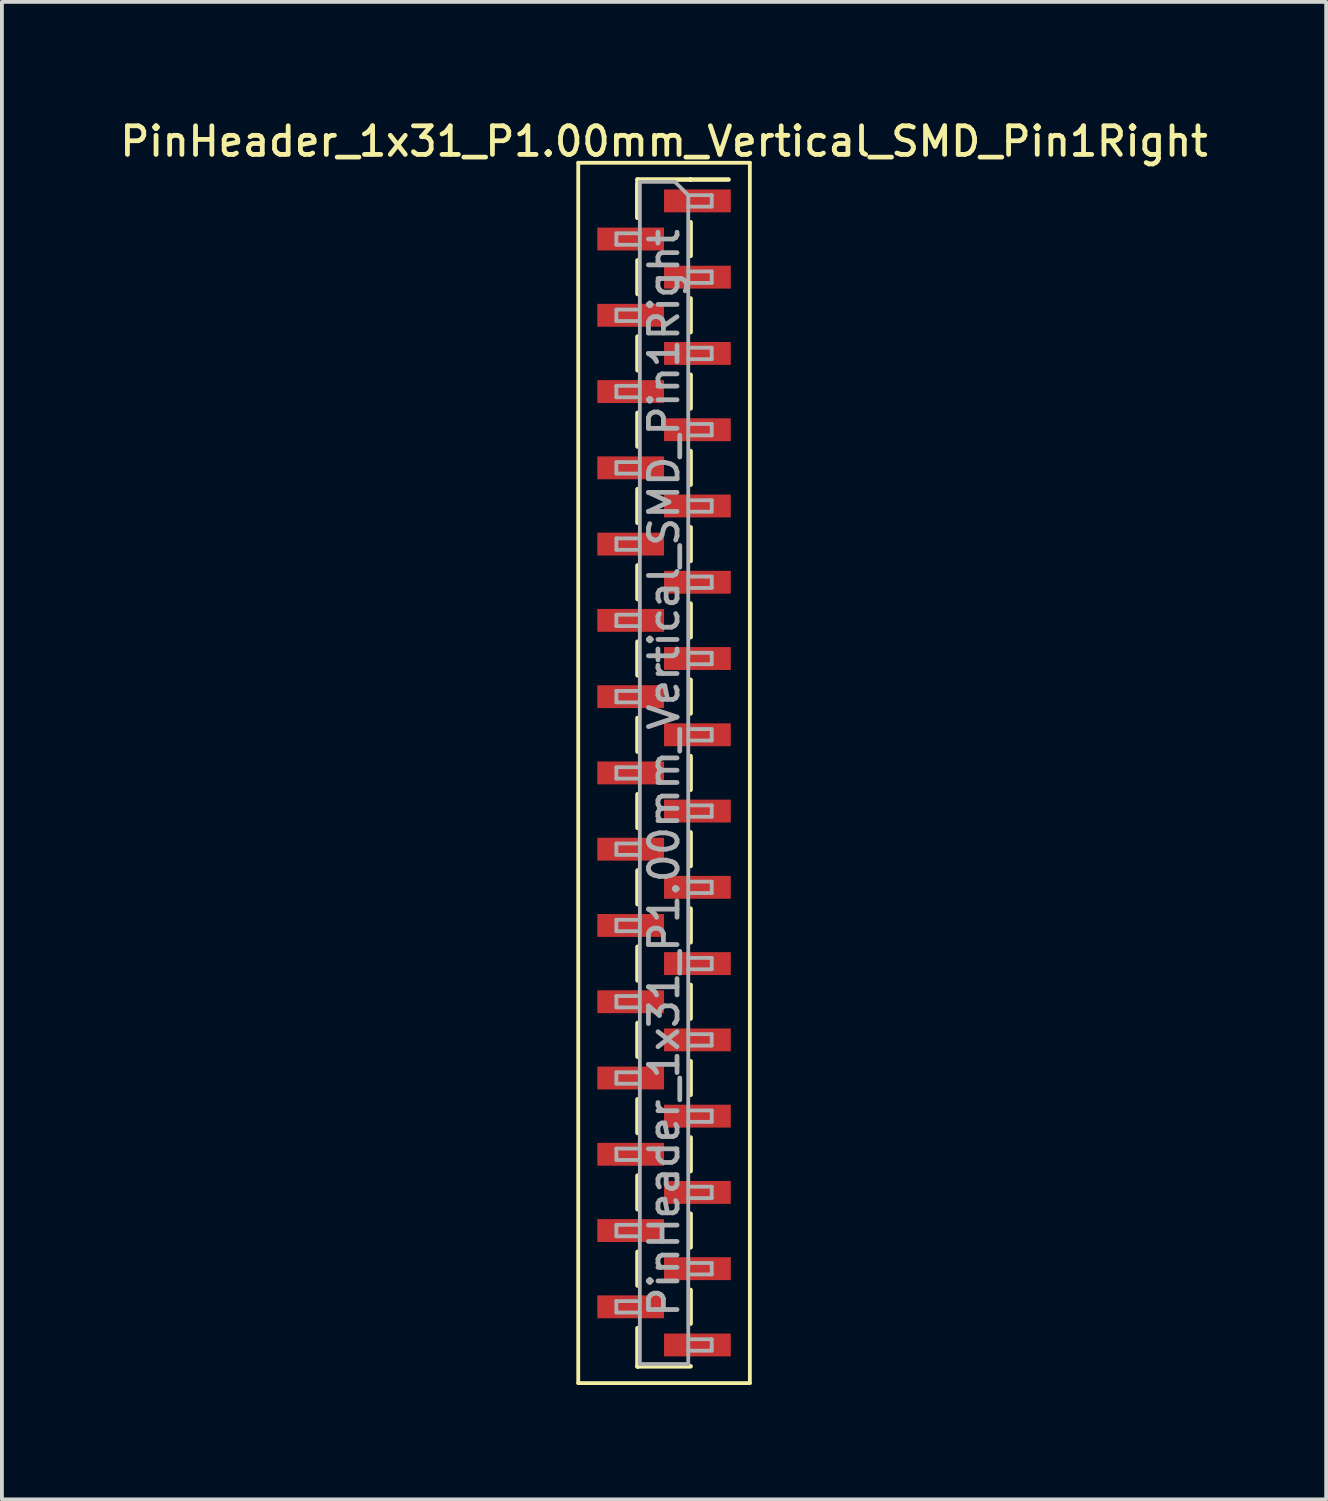
<source format=kicad_pcb>
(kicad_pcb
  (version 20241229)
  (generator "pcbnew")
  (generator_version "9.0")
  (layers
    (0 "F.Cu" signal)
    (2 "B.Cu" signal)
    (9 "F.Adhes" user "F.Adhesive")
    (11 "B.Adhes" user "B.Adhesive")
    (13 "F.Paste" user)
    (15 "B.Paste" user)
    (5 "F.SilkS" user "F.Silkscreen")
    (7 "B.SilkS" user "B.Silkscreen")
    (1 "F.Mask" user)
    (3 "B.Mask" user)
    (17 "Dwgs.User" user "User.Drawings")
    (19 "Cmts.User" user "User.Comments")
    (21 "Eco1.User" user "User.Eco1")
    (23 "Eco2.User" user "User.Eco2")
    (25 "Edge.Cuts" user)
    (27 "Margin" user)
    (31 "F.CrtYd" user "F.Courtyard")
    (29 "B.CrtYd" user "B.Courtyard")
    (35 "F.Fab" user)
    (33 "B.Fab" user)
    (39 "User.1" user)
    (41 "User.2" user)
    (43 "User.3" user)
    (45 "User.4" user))
  (footprint "PinHeader_1x31_P1.00mm_Vertical_SMD_Pin1Right"
    (layer "F.Cu")
    (at 14.363 17.218)
    (property "Reference" "PinHeader_1x31_P1.00mm_Vertical_SMD_Pin1Right" (at 0 -16.56 0) (layer "F.SilkS") (effects (font (size 0.75 0.75) (thickness 0.125))))
    (attr smd)
    (fp_line (start -2.25 -16) (end -2.25 16) (stroke (width 0.1) (type solid)) (layer "F.SilkS"))
    (fp_line (start -2.25 16) (end 2.25 16) (stroke (width 0.1) (type solid)) (layer "F.SilkS"))
    (fp_line (start -0.695 -15.56) (end -0.695 -14.56) (stroke (width 0.12) (type solid)) (layer "F.SilkS"))
    (fp_line (start -0.695 -15.56) (end 0.695 -15.56) (stroke (width 0.12) (type solid)) (layer "F.SilkS"))
    (fp_line (start -0.695 -15.44) (end -0.695 -14.56) (stroke (width 0.12) (type solid)) (layer "F.SilkS"))
    (fp_line (start -0.695 -13.44) (end -0.695 -12.56) (stroke (width 0.12) (type solid)) (layer "F.SilkS"))
    (fp_line (start -0.695 -11.44) (end -0.695 -10.56) (stroke (width 0.12) (type solid)) (layer "F.SilkS"))
    (fp_line (start -0.695 -9.44) (end -0.695 -8.56) (stroke (width 0.12) (type solid)) (layer "F.SilkS"))
    (fp_line (start -0.695 -7.44) (end -0.695 -6.56) (stroke (width 0.12) (type solid)) (layer "F.SilkS"))
    (fp_line (start -0.695 -5.44) (end -0.695 -4.56) (stroke (width 0.12) (type solid)) (layer "F.SilkS"))
    (fp_line (start -0.695 -3.44) (end -0.695 -2.56) (stroke (width 0.12) (type solid)) (layer "F.SilkS"))
    (fp_line (start -0.695 -1.44) (end -0.695 -0.56) (stroke (width 0.12) (type solid)) (layer "F.SilkS"))
    (fp_line (start -0.695 0.56) (end -0.695 1.44) (stroke (width 0.12) (type solid)) (layer "F.SilkS"))
    (fp_line (start -0.695 2.56) (end -0.695 3.44) (stroke (width 0.12) (type solid)) (layer "F.SilkS"))
    (fp_line (start -0.695 4.56) (end -0.695 5.44) (stroke (width 0.12) (type solid)) (layer "F.SilkS"))
    (fp_line (start -0.695 6.56) (end -0.695 7.44) (stroke (width 0.12) (type solid)) (layer "F.SilkS"))
    (fp_line (start -0.695 8.56) (end -0.695 9.44) (stroke (width 0.12) (type solid)) (layer "F.SilkS"))
    (fp_line (start -0.695 10.56) (end -0.695 11.44) (stroke (width 0.12) (type solid)) (layer "F.SilkS"))
    (fp_line (start -0.695 12.56) (end -0.695 13.44) (stroke (width 0.12) (type solid)) (layer "F.SilkS"))
    (fp_line (start -0.695 14.56) (end -0.695 15.56) (stroke (width 0.12) (type solid)) (layer "F.SilkS"))
    (fp_line (start -0.695 15.56) (end -0.695 15.56) (stroke (width 0.12) (type solid)) (layer "F.SilkS"))
    (fp_line (start -0.695 15.56) (end 0.695 15.56) (stroke (width 0.12) (type solid)) (layer "F.SilkS"))
    (fp_line (start 0.695 -15.56) (end 0.695 -15.56) (stroke (width 0.12) (type solid)) (layer "F.SilkS"))
    (fp_line (start 0.695 -15.56) (end 1.69 -15.56) (stroke (width 0.12) (type solid)) (layer "F.SilkS"))
    (fp_line (start 0.695 -14.44) (end 0.695 -13.56) (stroke (width 0.12) (type solid)) (layer "F.SilkS"))
    (fp_line (start 0.695 -12.44) (end 0.695 -11.56) (stroke (width 0.12) (type solid)) (layer "F.SilkS"))
    (fp_line (start 0.695 -10.44) (end 0.695 -9.56) (stroke (width 0.12) (type solid)) (layer "F.SilkS"))
    (fp_line (start 0.695 -8.44) (end 0.695 -7.56) (stroke (width 0.12) (type solid)) (layer "F.SilkS"))
    (fp_line (start 0.695 -6.44) (end 0.695 -5.56) (stroke (width 0.12) (type solid)) (layer "F.SilkS"))
    (fp_line (start 0.695 -4.44) (end 0.695 -3.56) (stroke (width 0.12) (type solid)) (layer "F.SilkS"))
    (fp_line (start 0.695 -2.44) (end 0.695 -1.56) (stroke (width 0.12) (type solid)) (layer "F.SilkS"))
    (fp_line (start 0.695 -0.44) (end 0.695 0.44) (stroke (width 0.12) (type solid)) (layer "F.SilkS"))
    (fp_line (start 0.695 1.56) (end 0.695 2.44) (stroke (width 0.12) (type solid)) (layer "F.SilkS"))
    (fp_line (start 0.695 3.56) (end 0.695 4.44) (stroke (width 0.12) (type solid)) (layer "F.SilkS"))
    (fp_line (start 0.695 5.56) (end 0.695 6.44) (stroke (width 0.12) (type solid)) (layer "F.SilkS"))
    (fp_line (start 0.695 7.56) (end 0.695 8.44) (stroke (width 0.12) (type solid)) (layer "F.SilkS"))
    (fp_line (start 0.695 9.56) (end 0.695 10.44) (stroke (width 0.12) (type solid)) (layer "F.SilkS"))
    (fp_line (start 0.695 11.56) (end 0.695 12.44) (stroke (width 0.12) (type solid)) (layer "F.SilkS"))
    (fp_line (start 0.695 13.56) (end 0.695 14.44) (stroke (width 0.12) (type solid)) (layer "F.SilkS"))
    (fp_line (start 2.25 -16) (end -2.25 -16) (stroke (width 0.1) (type solid)) (layer "F.SilkS"))
    (fp_line (start 2.25 16) (end 2.25 -16) (stroke (width 0.1) (type solid)) (layer "F.SilkS"))
    (fp_line (start -1.25 -14.15) (end -1.25 -13.85) (stroke (width 0.1) (type solid)) (layer "F.Fab"))
    (fp_line (start -1.25 -13.85) (end -0.635 -13.85) (stroke (width 0.1) (type solid)) (layer "F.Fab"))
    (fp_line (start -1.25 -12.15) (end -1.25 -11.85) (stroke (width 0.1) (type solid)) (layer "F.Fab"))
    (fp_line (start -1.25 -11.85) (end -0.635 -11.85) (stroke (width 0.1) (type solid)) (layer "F.Fab"))
    (fp_line (start -1.25 -10.15) (end -1.25 -9.85) (stroke (width 0.1) (type solid)) (layer "F.Fab"))
    (fp_line (start -1.25 -9.85) (end -0.635 -9.85) (stroke (width 0.1) (type solid)) (layer "F.Fab"))
    (fp_line (start -1.25 -8.15) (end -1.25 -7.85) (stroke (width 0.1) (type solid)) (layer "F.Fab"))
    (fp_line (start -1.25 -7.85) (end -0.635 -7.85) (stroke (width 0.1) (type solid)) (layer "F.Fab"))
    (fp_line (start -1.25 -6.15) (end -1.25 -5.85) (stroke (width 0.1) (type solid)) (layer "F.Fab"))
    (fp_line (start -1.25 -5.85) (end -0.635 -5.85) (stroke (width 0.1) (type solid)) (layer "F.Fab"))
    (fp_line (start -1.25 -4.15) (end -1.25 -3.85) (stroke (width 0.1) (type solid)) (layer "F.Fab"))
    (fp_line (start -1.25 -3.85) (end -0.635 -3.85) (stroke (width 0.1) (type solid)) (layer "F.Fab"))
    (fp_line (start -1.25 -2.15) (end -1.25 -1.85) (stroke (width 0.1) (type solid)) (layer "F.Fab"))
    (fp_line (start -1.25 -1.85) (end -0.635 -1.85) (stroke (width 0.1) (type solid)) (layer "F.Fab"))
    (fp_line (start -1.25 -0.15) (end -1.25 0.15) (stroke (width 0.1) (type solid)) (layer "F.Fab"))
    (fp_line (start -1.25 0.15) (end -0.635 0.15) (stroke (width 0.1) (type solid)) (layer "F.Fab"))
    (fp_line (start -1.25 1.85) (end -1.25 2.15) (stroke (width 0.1) (type solid)) (layer "F.Fab"))
    (fp_line (start -1.25 2.15) (end -0.635 2.15) (stroke (width 0.1) (type solid)) (layer "F.Fab"))
    (fp_line (start -1.25 3.85) (end -1.25 4.15) (stroke (width 0.1) (type solid)) (layer "F.Fab"))
    (fp_line (start -1.25 4.15) (end -0.635 4.15) (stroke (width 0.1) (type solid)) (layer "F.Fab"))
    (fp_line (start -1.25 5.85) (end -1.25 6.15) (stroke (width 0.1) (type solid)) (layer "F.Fab"))
    (fp_line (start -1.25 6.15) (end -0.635 6.15) (stroke (width 0.1) (type solid)) (layer "F.Fab"))
    (fp_line (start -1.25 7.85) (end -1.25 8.15) (stroke (width 0.1) (type solid)) (layer "F.Fab"))
    (fp_line (start -1.25 8.15) (end -0.635 8.15) (stroke (width 0.1) (type solid)) (layer "F.Fab"))
    (fp_line (start -1.25 9.85) (end -1.25 10.15) (stroke (width 0.1) (type solid)) (layer "F.Fab"))
    (fp_line (start -1.25 10.15) (end -0.635 10.15) (stroke (width 0.1) (type solid)) (layer "F.Fab"))
    (fp_line (start -1.25 11.85) (end -1.25 12.15) (stroke (width 0.1) (type solid)) (layer "F.Fab"))
    (fp_line (start -1.25 12.15) (end -0.635 12.15) (stroke (width 0.1) (type solid)) (layer "F.Fab"))
    (fp_line (start -1.25 13.85) (end -1.25 14.15) (stroke (width 0.1) (type solid)) (layer "F.Fab"))
    (fp_line (start -1.25 14.15) (end -0.635 14.15) (stroke (width 0.1) (type solid)) (layer "F.Fab"))
    (fp_line (start -0.635 -15.5) (end -0.635 15.5) (stroke (width 0.1) (type solid)) (layer "F.Fab"))
    (fp_line (start -0.635 -15.5) (end 0.285 -15.5) (stroke (width 0.1) (type solid)) (layer "F.Fab"))
    (fp_line (start -0.635 -14.15) (end -1.25 -14.15) (stroke (width 0.1) (type solid)) (layer "F.Fab"))
    (fp_line (start -0.635 -12.15) (end -1.25 -12.15) (stroke (width 0.1) (type solid)) (layer "F.Fab"))
    (fp_line (start -0.635 -10.15) (end -1.25 -10.15) (stroke (width 0.1) (type solid)) (layer "F.Fab"))
    (fp_line (start -0.635 -8.15) (end -1.25 -8.15) (stroke (width 0.1) (type solid)) (layer "F.Fab"))
    (fp_line (start -0.635 -6.15) (end -1.25 -6.15) (stroke (width 0.1) (type solid)) (layer "F.Fab"))
    (fp_line (start -0.635 -4.15) (end -1.25 -4.15) (stroke (width 0.1) (type solid)) (layer "F.Fab"))
    (fp_line (start -0.635 -2.15) (end -1.25 -2.15) (stroke (width 0.1) (type solid)) (layer "F.Fab"))
    (fp_line (start -0.635 -0.15) (end -1.25 -0.15) (stroke (width 0.1) (type solid)) (layer "F.Fab"))
    (fp_line (start -0.635 1.85) (end -1.25 1.85) (stroke (width 0.1) (type solid)) (layer "F.Fab"))
    (fp_line (start -0.635 3.85) (end -1.25 3.85) (stroke (width 0.1) (type solid)) (layer "F.Fab"))
    (fp_line (start -0.635 5.85) (end -1.25 5.85) (stroke (width 0.1) (type solid)) (layer "F.Fab"))
    (fp_line (start -0.635 7.85) (end -1.25 7.85) (stroke (width 0.1) (type solid)) (layer "F.Fab"))
    (fp_line (start -0.635 9.85) (end -1.25 9.85) (stroke (width 0.1) (type solid)) (layer "F.Fab"))
    (fp_line (start -0.635 11.85) (end -1.25 11.85) (stroke (width 0.1) (type solid)) (layer "F.Fab"))
    (fp_line (start -0.635 13.85) (end -1.25 13.85) (stroke (width 0.1) (type solid)) (layer "F.Fab"))
    (fp_line (start 0.635 -15.15) (end 0.285 -15.5) (stroke (width 0.1) (type solid)) (layer "F.Fab"))
    (fp_line (start 0.635 -15.15) (end 1.25 -15.15) (stroke (width 0.1) (type solid)) (layer "F.Fab"))
    (fp_line (start 0.635 -13.15) (end 1.25 -13.15) (stroke (width 0.1) (type solid)) (layer "F.Fab"))
    (fp_line (start 0.635 -11.15) (end 1.25 -11.15) (stroke (width 0.1) (type solid)) (layer "F.Fab"))
    (fp_line (start 0.635 -9.15) (end 1.25 -9.15) (stroke (width 0.1) (type solid)) (layer "F.Fab"))
    (fp_line (start 0.635 -7.15) (end 1.25 -7.15) (stroke (width 0.1) (type solid)) (layer "F.Fab"))
    (fp_line (start 0.635 -5.15) (end 1.25 -5.15) (stroke (width 0.1) (type solid)) (layer "F.Fab"))
    (fp_line (start 0.635 -3.15) (end 1.25 -3.15) (stroke (width 0.1) (type solid)) (layer "F.Fab"))
    (fp_line (start 0.635 -1.15) (end 1.25 -1.15) (stroke (width 0.1) (type solid)) (layer "F.Fab"))
    (fp_line (start 0.635 0.85) (end 1.25 0.85) (stroke (width 0.1) (type solid)) (layer "F.Fab"))
    (fp_line (start 0.635 2.85) (end 1.25 2.85) (stroke (width 0.1) (type solid)) (layer "F.Fab"))
    (fp_line (start 0.635 4.85) (end 1.25 4.85) (stroke (width 0.1) (type solid)) (layer "F.Fab"))
    (fp_line (start 0.635 6.85) (end 1.25 6.85) (stroke (width 0.1) (type solid)) (layer "F.Fab"))
    (fp_line (start 0.635 8.85) (end 1.25 8.85) (stroke (width 0.1) (type solid)) (layer "F.Fab"))
    (fp_line (start 0.635 10.85) (end 1.25 10.85) (stroke (width 0.1) (type solid)) (layer "F.Fab"))
    (fp_line (start 0.635 12.85) (end 1.25 12.85) (stroke (width 0.1) (type solid)) (layer "F.Fab"))
    (fp_line (start 0.635 14.85) (end 1.25 14.85) (stroke (width 0.1) (type solid)) (layer "F.Fab"))
    (fp_line (start 0.635 15.5) (end -0.635 15.5) (stroke (width 0.1) (type solid)) (layer "F.Fab"))
    (fp_line (start 0.635 15.5) (end 0.635 -15.15) (stroke (width 0.1) (type solid)) (layer "F.Fab"))
    (fp_line (start 1.25 -15.15) (end 1.25 -14.85) (stroke (width 0.1) (type solid)) (layer "F.Fab"))
    (fp_line (start 1.25 -14.85) (end 0.635 -14.85) (stroke (width 0.1) (type solid)) (layer "F.Fab"))
    (fp_line (start 1.25 -13.15) (end 1.25 -12.85) (stroke (width 0.1) (type solid)) (layer "F.Fab"))
    (fp_line (start 1.25 -12.85) (end 0.635 -12.85) (stroke (width 0.1) (type solid)) (layer "F.Fab"))
    (fp_line (start 1.25 -11.15) (end 1.25 -10.85) (stroke (width 0.1) (type solid)) (layer "F.Fab"))
    (fp_line (start 1.25 -10.85) (end 0.635 -10.85) (stroke (width 0.1) (type solid)) (layer "F.Fab"))
    (fp_line (start 1.25 -9.15) (end 1.25 -8.85) (stroke (width 0.1) (type solid)) (layer "F.Fab"))
    (fp_line (start 1.25 -8.85) (end 0.635 -8.85) (stroke (width 0.1) (type solid)) (layer "F.Fab"))
    (fp_line (start 1.25 -7.15) (end 1.25 -6.85) (stroke (width 0.1) (type solid)) (layer "F.Fab"))
    (fp_line (start 1.25 -6.85) (end 0.635 -6.85) (stroke (width 0.1) (type solid)) (layer "F.Fab"))
    (fp_line (start 1.25 -5.15) (end 1.25 -4.85) (stroke (width 0.1) (type solid)) (layer "F.Fab"))
    (fp_line (start 1.25 -4.85) (end 0.635 -4.85) (stroke (width 0.1) (type solid)) (layer "F.Fab"))
    (fp_line (start 1.25 -3.15) (end 1.25 -2.85) (stroke (width 0.1) (type solid)) (layer "F.Fab"))
    (fp_line (start 1.25 -2.85) (end 0.635 -2.85) (stroke (width 0.1) (type solid)) (layer "F.Fab"))
    (fp_line (start 1.25 -1.15) (end 1.25 -0.85) (stroke (width 0.1) (type solid)) (layer "F.Fab"))
    (fp_line (start 1.25 -0.85) (end 0.635 -0.85) (stroke (width 0.1) (type solid)) (layer "F.Fab"))
    (fp_line (start 1.25 0.85) (end 1.25 1.15) (stroke (width 0.1) (type solid)) (layer "F.Fab"))
    (fp_line (start 1.25 1.15) (end 0.635 1.15) (stroke (width 0.1) (type solid)) (layer "F.Fab"))
    (fp_line (start 1.25 2.85) (end 1.25 3.15) (stroke (width 0.1) (type solid)) (layer "F.Fab"))
    (fp_line (start 1.25 3.15) (end 0.635 3.15) (stroke (width 0.1) (type solid)) (layer "F.Fab"))
    (fp_line (start 1.25 4.85) (end 1.25 5.15) (stroke (width 0.1) (type solid)) (layer "F.Fab"))
    (fp_line (start 1.25 5.15) (end 0.635 5.15) (stroke (width 0.1) (type solid)) (layer "F.Fab"))
    (fp_line (start 1.25 6.85) (end 1.25 7.15) (stroke (width 0.1) (type solid)) (layer "F.Fab"))
    (fp_line (start 1.25 7.15) (end 0.635 7.15) (stroke (width 0.1) (type solid)) (layer "F.Fab"))
    (fp_line (start 1.25 8.85) (end 1.25 9.15) (stroke (width 0.1) (type solid)) (layer "F.Fab"))
    (fp_line (start 1.25 9.15) (end 0.635 9.15) (stroke (width 0.1) (type solid)) (layer "F.Fab"))
    (fp_line (start 1.25 10.85) (end 1.25 11.15) (stroke (width 0.1) (type solid)) (layer "F.Fab"))
    (fp_line (start 1.25 11.15) (end 0.635 11.15) (stroke (width 0.1) (type solid)) (layer "F.Fab"))
    (fp_line (start 1.25 12.85) (end 1.25 13.15) (stroke (width 0.1) (type solid)) (layer "F.Fab"))
    (fp_line (start 1.25 13.15) (end 0.635 13.15) (stroke (width 0.1) (type solid)) (layer "F.Fab"))
    (fp_line (start 1.25 14.85) (end 1.25 15.15) (stroke (width 0.1) (type solid)) (layer "F.Fab"))
    (fp_line (start 1.25 15.15) (end 0.635 15.15) (stroke (width 0.1) (type solid)) (layer "F.Fab"))
    (fp_text user "${REFERENCE}" (at 0 0 90) (layer "F.Fab") (effects (font (size 0.75 0.75) (thickness 0.125))))
    (pad "1" smd rect (at 0.875 -15) (size 1.75 0.6) (layers "F.Cu" "F.Mask" "F.Paste"))
    (pad "2" smd rect (at -0.875 -14) (size 1.75 0.6) (layers "F.Cu" "F.Mask" "F.Paste"))
    (pad "3" smd rect (at 0.875 -13) (size 1.75 0.6) (layers "F.Cu" "F.Mask" "F.Paste"))
    (pad "4" smd rect (at -0.875 -12) (size 1.75 0.6) (layers "F.Cu" "F.Mask" "F.Paste"))
    (pad "5" smd rect (at 0.875 -11) (size 1.75 0.6) (layers "F.Cu" "F.Mask" "F.Paste"))
    (pad "6" smd rect (at -0.875 -10) (size 1.75 0.6) (layers "F.Cu" "F.Mask" "F.Paste"))
    (pad "7" smd rect (at 0.875 -9) (size 1.75 0.6) (layers "F.Cu" "F.Mask" "F.Paste"))
    (pad "8" smd rect (at -0.875 -8) (size 1.75 0.6) (layers "F.Cu" "F.Mask" "F.Paste"))
    (pad "9" smd rect (at 0.875 -7) (size 1.75 0.6) (layers "F.Cu" "F.Mask" "F.Paste"))
    (pad "10" smd rect (at -0.875 -6) (size 1.75 0.6) (layers "F.Cu" "F.Mask" "F.Paste"))
    (pad "11" smd rect (at 0.875 -5) (size 1.75 0.6) (layers "F.Cu" "F.Mask" "F.Paste"))
    (pad "12" smd rect (at -0.875 -4) (size 1.75 0.6) (layers "F.Cu" "F.Mask" "F.Paste"))
    (pad "13" smd rect (at 0.875 -3) (size 1.75 0.6) (layers "F.Cu" "F.Mask" "F.Paste"))
    (pad "14" smd rect (at -0.875 -2) (size 1.75 0.6) (layers "F.Cu" "F.Mask" "F.Paste"))
    (pad "15" smd rect (at 0.875 -1) (size 1.75 0.6) (layers "F.Cu" "F.Mask" "F.Paste"))
    (pad "16" smd rect (at -0.875 0) (size 1.75 0.6) (layers "F.Cu" "F.Mask" "F.Paste"))
    (pad "17" smd rect (at 0.875 1) (size 1.75 0.6) (layers "F.Cu" "F.Mask" "F.Paste"))
    (pad "18" smd rect (at -0.875 2) (size 1.75 0.6) (layers "F.Cu" "F.Mask" "F.Paste"))
    (pad "19" smd rect (at 0.875 3) (size 1.75 0.6) (layers "F.Cu" "F.Mask" "F.Paste"))
    (pad "20" smd rect (at -0.875 4) (size 1.75 0.6) (layers "F.Cu" "F.Mask" "F.Paste"))
    (pad "21" smd rect (at 0.875 5) (size 1.75 0.6) (layers "F.Cu" "F.Mask" "F.Paste"))
    (pad "22" smd rect (at -0.875 6) (size 1.75 0.6) (layers "F.Cu" "F.Mask" "F.Paste"))
    (pad "23" smd rect (at 0.875 7) (size 1.75 0.6) (layers "F.Cu" "F.Mask" "F.Paste"))
    (pad "24" smd rect (at -0.875 8) (size 1.75 0.6) (layers "F.Cu" "F.Mask" "F.Paste"))
    (pad "25" smd rect (at 0.875 9) (size 1.75 0.6) (layers "F.Cu" "F.Mask" "F.Paste"))
    (pad "26" smd rect (at -0.875 10) (size 1.75 0.6) (layers "F.Cu" "F.Mask" "F.Paste"))
    (pad "27" smd rect (at 0.875 11) (size 1.75 0.6) (layers "F.Cu" "F.Mask" "F.Paste"))
    (pad "28" smd rect (at -0.875 12) (size 1.75 0.6) (layers "F.Cu" "F.Mask" "F.Paste"))
    (pad "29" smd rect (at 0.875 13) (size 1.75 0.6) (layers "F.Cu" "F.Mask" "F.Paste"))
    (pad "30" smd rect (at -0.875 14) (size 1.75 0.6) (layers "F.Cu" "F.Mask" "F.Paste"))
    (pad "31" smd rect (at 0.875 15) (size 1.75 0.6) (layers "F.Cu" "F.Mask" "F.Paste")))
  (gr_rect
    (start -3 -3)
    (end 31.725 36.268)
    (stroke (width 0.1) (type default))
    (fill no)
    (layer "Edge.Cuts")))
</source>
